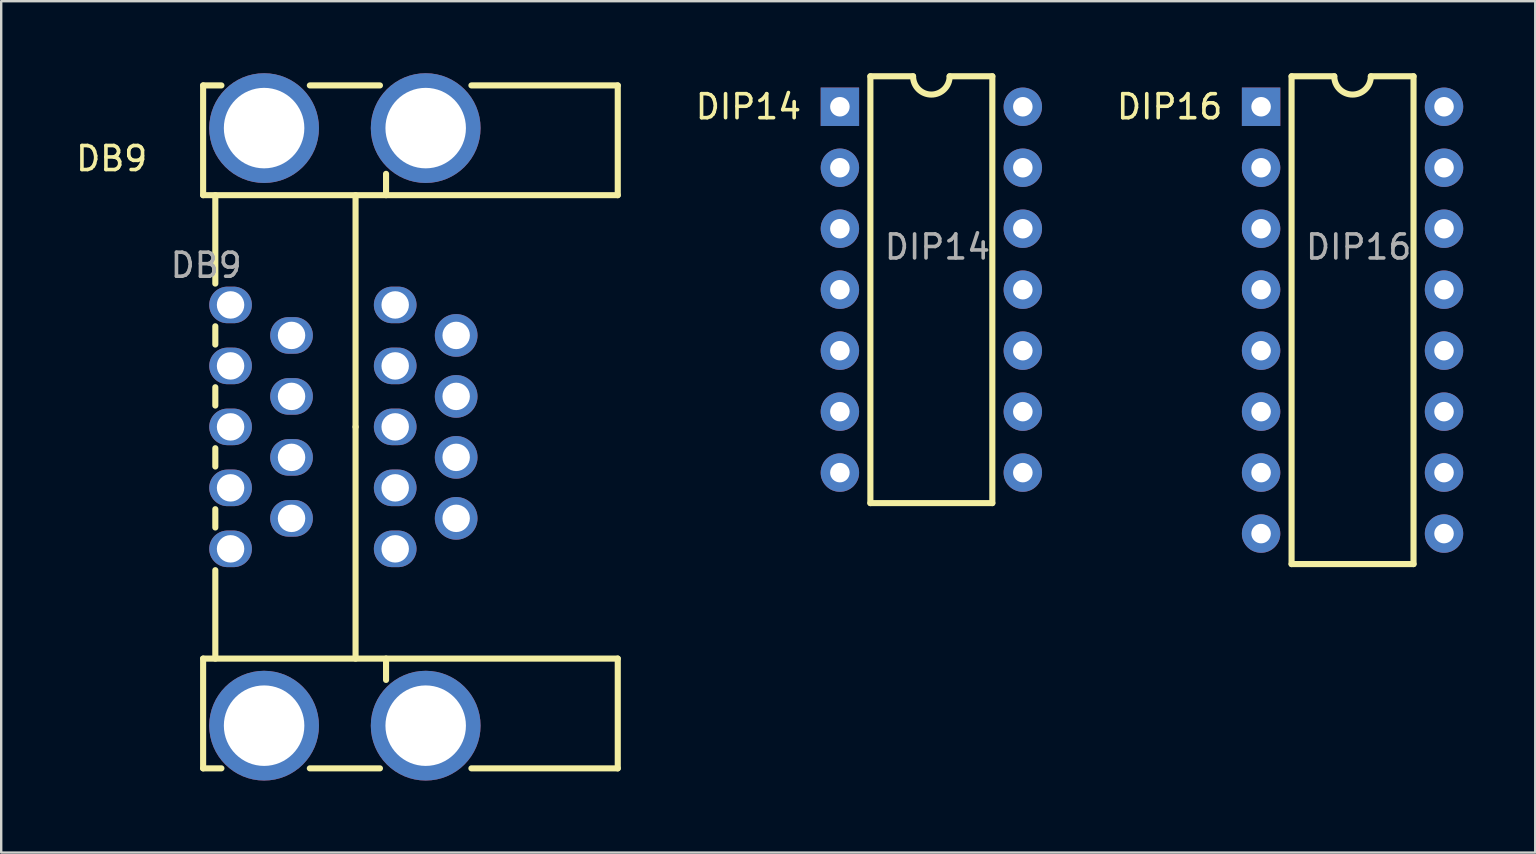
<source format=kicad_pcb>
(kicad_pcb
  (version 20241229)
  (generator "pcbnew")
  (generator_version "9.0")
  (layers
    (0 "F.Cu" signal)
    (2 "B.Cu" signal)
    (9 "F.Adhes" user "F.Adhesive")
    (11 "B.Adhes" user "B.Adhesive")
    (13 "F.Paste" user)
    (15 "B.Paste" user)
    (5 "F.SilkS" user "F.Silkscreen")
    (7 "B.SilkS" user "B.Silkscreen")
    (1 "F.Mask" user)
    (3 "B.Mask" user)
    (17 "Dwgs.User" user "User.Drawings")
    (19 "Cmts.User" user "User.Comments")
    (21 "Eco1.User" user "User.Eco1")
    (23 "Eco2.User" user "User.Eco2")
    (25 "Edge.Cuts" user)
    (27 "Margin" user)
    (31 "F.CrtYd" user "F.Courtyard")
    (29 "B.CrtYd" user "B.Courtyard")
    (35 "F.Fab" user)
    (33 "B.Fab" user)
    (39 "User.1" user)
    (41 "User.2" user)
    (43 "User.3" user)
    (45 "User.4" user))
  (footprint "DIP16"
    (layer "F.Cu")
    (at 49.481 1.397)
    (property "Reference" "DIP16" (at -3.81 0 0) (unlocked yes) (layer "F.SilkS") (effects (font (size 1 1) (thickness 0.15))))
    (attr through_hole)
    (fp_line (start 1.27 -1.27) (end 1.27 19.05) (stroke (width 0.254) (type solid)) (layer "F.SilkS"))
    (fp_line (start 1.27 19.05) (end 6.35 19.05) (stroke (width 0.254) (type solid)) (layer "F.SilkS"))
    (fp_line (start 3.048 -1.27) (end 1.27 -1.27) (stroke (width 0.254) (type solid)) (layer "F.SilkS"))
    (fp_line (start 4.572 -1.27) (end 6.35 -1.27) (stroke (width 0.254) (type solid)) (layer "F.SilkS"))
    (fp_line (start 6.35 19.05) (end 6.35 -1.27) (stroke (width 0.254) (type solid)) (layer "F.SilkS"))
    (fp_arc (start 4.572 -1.27) (mid 3.81 -0.508) (end 3.048 -1.27) (stroke (width 0.254) (type solid)) (layer "F.SilkS"))
    (fp_text user "${REFERENCE}" (at 4.064 5.842 0) (unlocked yes) (layer "F.Fab") (effects (font (size 1 1) (thickness 0.15))))
    (pad "1" thru_hole rect (at 0 0) (size 1.6 1.6) (drill 0.813) (layers "*.Cu" "*.Mask"))
    (pad "2" thru_hole circle (at 0 2.54) (size 1.6 1.6) (drill 0.813) (layers "*.Cu" "*.Mask"))
    (pad "3" thru_hole circle (at 0 5.08) (size 1.6 1.6) (drill 0.813) (layers "*.Cu" "*.Mask"))
    (pad "4" thru_hole circle (at 0 7.62) (size 1.6 1.6) (drill 0.813) (layers "*.Cu" "*.Mask"))
    (pad "5" thru_hole circle (at 0 10.16) (size 1.6 1.6) (drill 0.813) (layers "*.Cu" "*.Mask"))
    (pad "6" thru_hole circle (at 0 12.7) (size 1.6 1.6) (drill 0.813) (layers "*.Cu" "*.Mask"))
    (pad "7" thru_hole circle (at 0 15.24) (size 1.6 1.6) (drill 0.813) (layers "*.Cu" "*.Mask"))
    (pad "8" thru_hole circle (at 0 17.78) (size 1.6 1.6) (drill 0.813) (layers "*.Cu" "*.Mask"))
    (pad "9" thru_hole circle (at 7.62 17.78) (size 1.6 1.6) (drill 0.813) (layers "*.Cu" "*.Mask"))
    (pad "10" thru_hole circle (at 7.62 15.24) (size 1.6 1.6) (drill 0.813) (layers "*.Cu" "*.Mask"))
    (pad "11" thru_hole circle (at 7.62 12.7) (size 1.6 1.6) (drill 0.813) (layers "*.Cu" "*.Mask"))
    (pad "12" thru_hole circle (at 7.62 10.16) (size 1.6 1.6) (drill 0.813) (layers "*.Cu" "*.Mask"))
    (pad "13" thru_hole circle (at 7.62 7.62) (size 1.6 1.6) (drill 0.813) (layers "*.Cu" "*.Mask"))
    (pad "14" thru_hole circle (at 7.62 5.08) (size 1.6 1.6) (drill 0.813) (layers "*.Cu" "*.Mask"))
    (pad "15" thru_hole circle (at 7.62 2.54) (size 1.6 1.6) (drill 0.813) (layers "*.Cu" "*.Mask"))
    (pad "16" thru_hole circle (at 7.62 0) (size 1.6 1.6) (drill 0.813) (layers "*.Cu" "*.Mask")))
  (footprint "DIP14"
    (layer "F.Cu")
    (at 31.936 1.397)
    (property "Reference" "DIP14" (at -3.81 0 0) (unlocked yes) (layer "F.SilkS") (effects (font (size 1 1) (thickness 0.15))))
    (attr through_hole)
    (fp_line (start 1.27 -1.27) (end 1.27 16.51) (stroke (width 0.254) (type solid)) (layer "F.SilkS"))
    (fp_line (start 1.27 16.51) (end 6.35 16.51) (stroke (width 0.254) (type solid)) (layer "F.SilkS"))
    (fp_line (start 3.048 -1.27) (end 1.27 -1.27) (stroke (width 0.254) (type solid)) (layer "F.SilkS"))
    (fp_line (start 4.572 -1.27) (end 6.35 -1.27) (stroke (width 0.254) (type solid)) (layer "F.SilkS"))
    (fp_line (start 6.35 16.51) (end 6.35 -1.27) (stroke (width 0.254) (type solid)) (layer "F.SilkS"))
    (fp_arc (start 4.572 -1.27) (mid 3.81 -0.508) (end 3.048 -1.27) (stroke (width 0.254) (type solid)) (layer "F.SilkS"))
    (fp_text user "${REFERENCE}" (at 4.064 5.842 0) (unlocked yes) (layer "F.Fab") (effects (font (size 1 1) (thickness 0.15))))
    (pad "1" thru_hole rect (at 0 0) (size 1.6 1.6) (drill 0.813) (layers "*.Cu" "*.Mask"))
    (pad "2" thru_hole circle (at 0 2.54) (size 1.6 1.6) (drill 0.813) (layers "*.Cu" "*.Mask"))
    (pad "3" thru_hole circle (at 0 5.08) (size 1.6 1.6) (drill 0.813) (layers "*.Cu" "*.Mask"))
    (pad "4" thru_hole circle (at 0 7.62) (size 1.6 1.6) (drill 0.813) (layers "*.Cu" "*.Mask"))
    (pad "5" thru_hole circle (at 0 10.16) (size 1.6 1.6) (drill 0.813) (layers "*.Cu" "*.Mask"))
    (pad "6" thru_hole circle (at 0 12.7) (size 1.6 1.6) (drill 0.813) (layers "*.Cu" "*.Mask"))
    (pad "7" thru_hole circle (at 0 15.24) (size 1.6 1.6) (drill 0.813) (layers "*.Cu" "*.Mask"))
    (pad "8" thru_hole circle (at 7.62 15.24) (size 1.6 1.6) (drill 0.813) (layers "*.Cu" "*.Mask"))
    (pad "9" thru_hole circle (at 7.62 12.7) (size 1.6 1.6) (drill 0.813) (layers "*.Cu" "*.Mask"))
    (pad "10" thru_hole circle (at 7.62 10.16) (size 1.6 1.6) (drill 0.813) (layers "*.Cu" "*.Mask"))
    (pad "11" thru_hole circle (at 7.62 7.62) (size 1.6 1.6) (drill 0.813) (layers "*.Cu" "*.Mask"))
    (pad "12" thru_hole circle (at 7.62 5.08) (size 1.6 1.6) (drill 0.813) (layers "*.Cu" "*.Mask"))
    (pad "13" thru_hole circle (at 7.62 2.54) (size 1.6 1.6) (drill 0.813) (layers "*.Cu" "*.Mask"))
    (pad "14" thru_hole circle (at 7.62 0) (size 1.6 1.6) (drill 0.813) (layers "*.Cu" "*.Mask")))
  (footprint "DB9"
    (layer "F.Cu")
    (at 13.412 9.652)
    (property "Reference" "DB9" (at -11.811 -6.096 0) (unlocked yes) (layer "F.SilkS") (effects (font (size 1 1) (thickness 0.15))))
    (attr through_hole)
    (fp_line (start -8.001 -9.144) (end -7.239 -9.144) (stroke (width 0.254) (type solid)) (layer "F.SilkS"))
    (fp_line (start -8.001 -4.572) (end -8.001 -9.144) (stroke (width 0.254) (type solid)) (layer "F.SilkS"))
    (fp_line (start -8.001 14.732) (end -8.001 19.304) (stroke (width 0.254) (type solid)) (layer "F.SilkS"))
    (fp_line (start -8.001 19.304) (end -7.239 19.304) (stroke (width 0.254) (type solid)) (layer "F.SilkS"))
    (fp_line (start -7.493 -4.572) (end -7.493 -0.889) (stroke (width 0.254) (type solid)) (layer "F.SilkS"))
    (fp_line (start -7.493 0.889) (end -7.493 1.651) (stroke (width 0.254) (type solid)) (layer "F.SilkS"))
    (fp_line (start -7.493 3.429) (end -7.493 4.191) (stroke (width 0.254) (type solid)) (layer "F.SilkS"))
    (fp_line (start -7.493 6.731) (end -7.493 5.969) (stroke (width 0.254) (type solid)) (layer "F.SilkS"))
    (fp_line (start -7.493 9.271) (end -7.493 8.509) (stroke (width 0.254) (type solid)) (layer "F.SilkS"))
    (fp_line (start -7.493 14.732) (end -7.493 11.049) (stroke (width 0.254) (type solid)) (layer "F.SilkS"))
    (fp_line (start -1.651 -4.572) (end -1.651 5.08) (stroke (width 0.254) (type solid)) (layer "F.SilkS"))
    (fp_line (start -1.651 14.732) (end -1.651 5.08) (stroke (width 0.254) (type solid)) (layer "F.SilkS"))
    (fp_line (start -0.635 -9.144) (end -3.556 -9.144) (stroke (width 0.254) (type solid)) (layer "F.SilkS"))
    (fp_line (start -0.635 19.304) (end -3.556 19.304) (stroke (width 0.254) (type solid)) (layer "F.SilkS"))
    (fp_line (start -0.381 -4.572) (end -0.381 -5.461) (stroke (width 0.254) (type solid)) (layer "F.SilkS"))
    (fp_line (start -0.381 14.732) (end -0.381 15.621) (stroke (width 0.254) (type solid)) (layer "F.SilkS"))
    (fp_line (start 9.271 -9.144) (end 3.175 -9.144) (stroke (width 0.254) (type solid)) (layer "F.SilkS"))
    (fp_line (start 9.271 -4.572) (end -8.001 -4.572) (stroke (width 0.254) (type solid)) (layer "F.SilkS"))
    (fp_line (start 9.271 -4.572) (end 9.271 -9.144) (stroke (width 0.254) (type solid)) (layer "F.SilkS"))
    (fp_line (start 9.271 14.732) (end -8.001 14.732) (stroke (width 0.254) (type solid)) (layer "F.SilkS"))
    (fp_line (start 9.271 14.732) (end 9.271 19.304) (stroke (width 0.254) (type solid)) (layer "F.SilkS"))
    (fp_line (start 9.271 19.304) (end 3.175 19.304) (stroke (width 0.254) (type solid)) (layer "F.SilkS"))
    (fp_text user "${REFERENCE}" (at -7.874 -1.651 0) (unlocked yes) (layer "F.Fab") (effects (font (size 1 1) (thickness 0.15))))
    (pad "0" thru_hole circle (at -5.461 -7.366) (size 4.572 4.572) (drill 3.353) (layers "*.Cu" "*.Mask"))
    (pad "0" thru_hole circle (at -5.461 17.526) (size 4.572 4.572) (drill 3.353) (layers "*.Cu" "*.Mask"))
    (pad "0" thru_hole circle (at 1.27 -7.366) (size 4.572 4.572) (drill 3.353) (layers "*.Cu" "*.Mask"))
    (pad "0" thru_hole circle (at 1.27 17.526) (size 4.572 4.572) (drill 3.353) (layers "*.Cu" "*.Mask"))
    (pad "1" thru_hole oval (at -6.858 0) (size 1.778 1.524) (drill 1.143) (layers "*.Cu" "*.Mask"))
    (pad "1" thru_hole oval (at 0 0) (size 1.778 1.524) (drill 1.143) (layers "*.Cu" "*.Mask"))
    (pad "2" thru_hole oval (at -6.858 2.54) (size 1.778 1.524) (drill 1.143) (layers "*.Cu" "*.Mask"))
    (pad "2" thru_hole oval (at 0 2.54) (size 1.778 1.524) (drill 1.143) (layers "*.Cu" "*.Mask"))
    (pad "3" thru_hole oval (at -6.858 5.08) (size 1.778 1.524) (drill 1.143) (layers "*.Cu" "*.Mask"))
    (pad "3" thru_hole oval (at 0 5.08) (size 1.778 1.524) (drill 1.143) (layers "*.Cu" "*.Mask"))
    (pad "4" thru_hole oval (at -6.858 7.62) (size 1.778 1.524) (drill 1.143) (layers "*.Cu" "*.Mask"))
    (pad "4" thru_hole oval (at 0 7.62) (size 1.778 1.524) (drill 1.143) (layers "*.Cu" "*.Mask"))
    (pad "5" thru_hole oval (at -6.858 10.16) (size 1.778 1.524) (drill 1.143) (layers "*.Cu" "*.Mask"))
    (pad "5" thru_hole oval (at 0 10.16) (size 1.778 1.524) (drill 1.143) (layers "*.Cu" "*.Mask"))
    (pad "6" thru_hole oval (at -4.318 1.27) (size 1.778 1.524) (drill 1.143) (layers "*.Cu" "*.Mask"))
    (pad "6" thru_hole circle (at 2.54 1.27) (size 1.778 1.778) (drill 1.143) (layers "*.Cu" "*.Mask"))
    (pad "7" thru_hole oval (at -4.318 3.81) (size 1.778 1.524) (drill 1.143) (layers "*.Cu" "*.Mask"))
    (pad "7" thru_hole circle (at 2.54 3.81) (size 1.778 1.778) (drill 1.143) (layers "*.Cu" "*.Mask"))
    (pad "8" thru_hole oval (at -4.318 6.35) (size 1.778 1.524) (drill 1.143) (layers "*.Cu" "*.Mask"))
    (pad "8" thru_hole circle (at 2.54 6.35) (size 1.778 1.778) (drill 1.143) (layers "*.Cu" "*.Mask"))
    (pad "9" thru_hole oval (at -4.318 8.89) (size 1.778 1.524) (drill 1.143) (layers "*.Cu" "*.Mask"))
    (pad "9" thru_hole circle (at 2.54 8.89) (size 1.778 1.778) (drill 1.143) (layers "*.Cu" "*.Mask")))
  (gr_rect
    (start -3 -3)
    (end 60.901 32.464)
    (stroke (width 0.1) (type default))
    (fill no)
    (layer "Edge.Cuts")))
</source>
